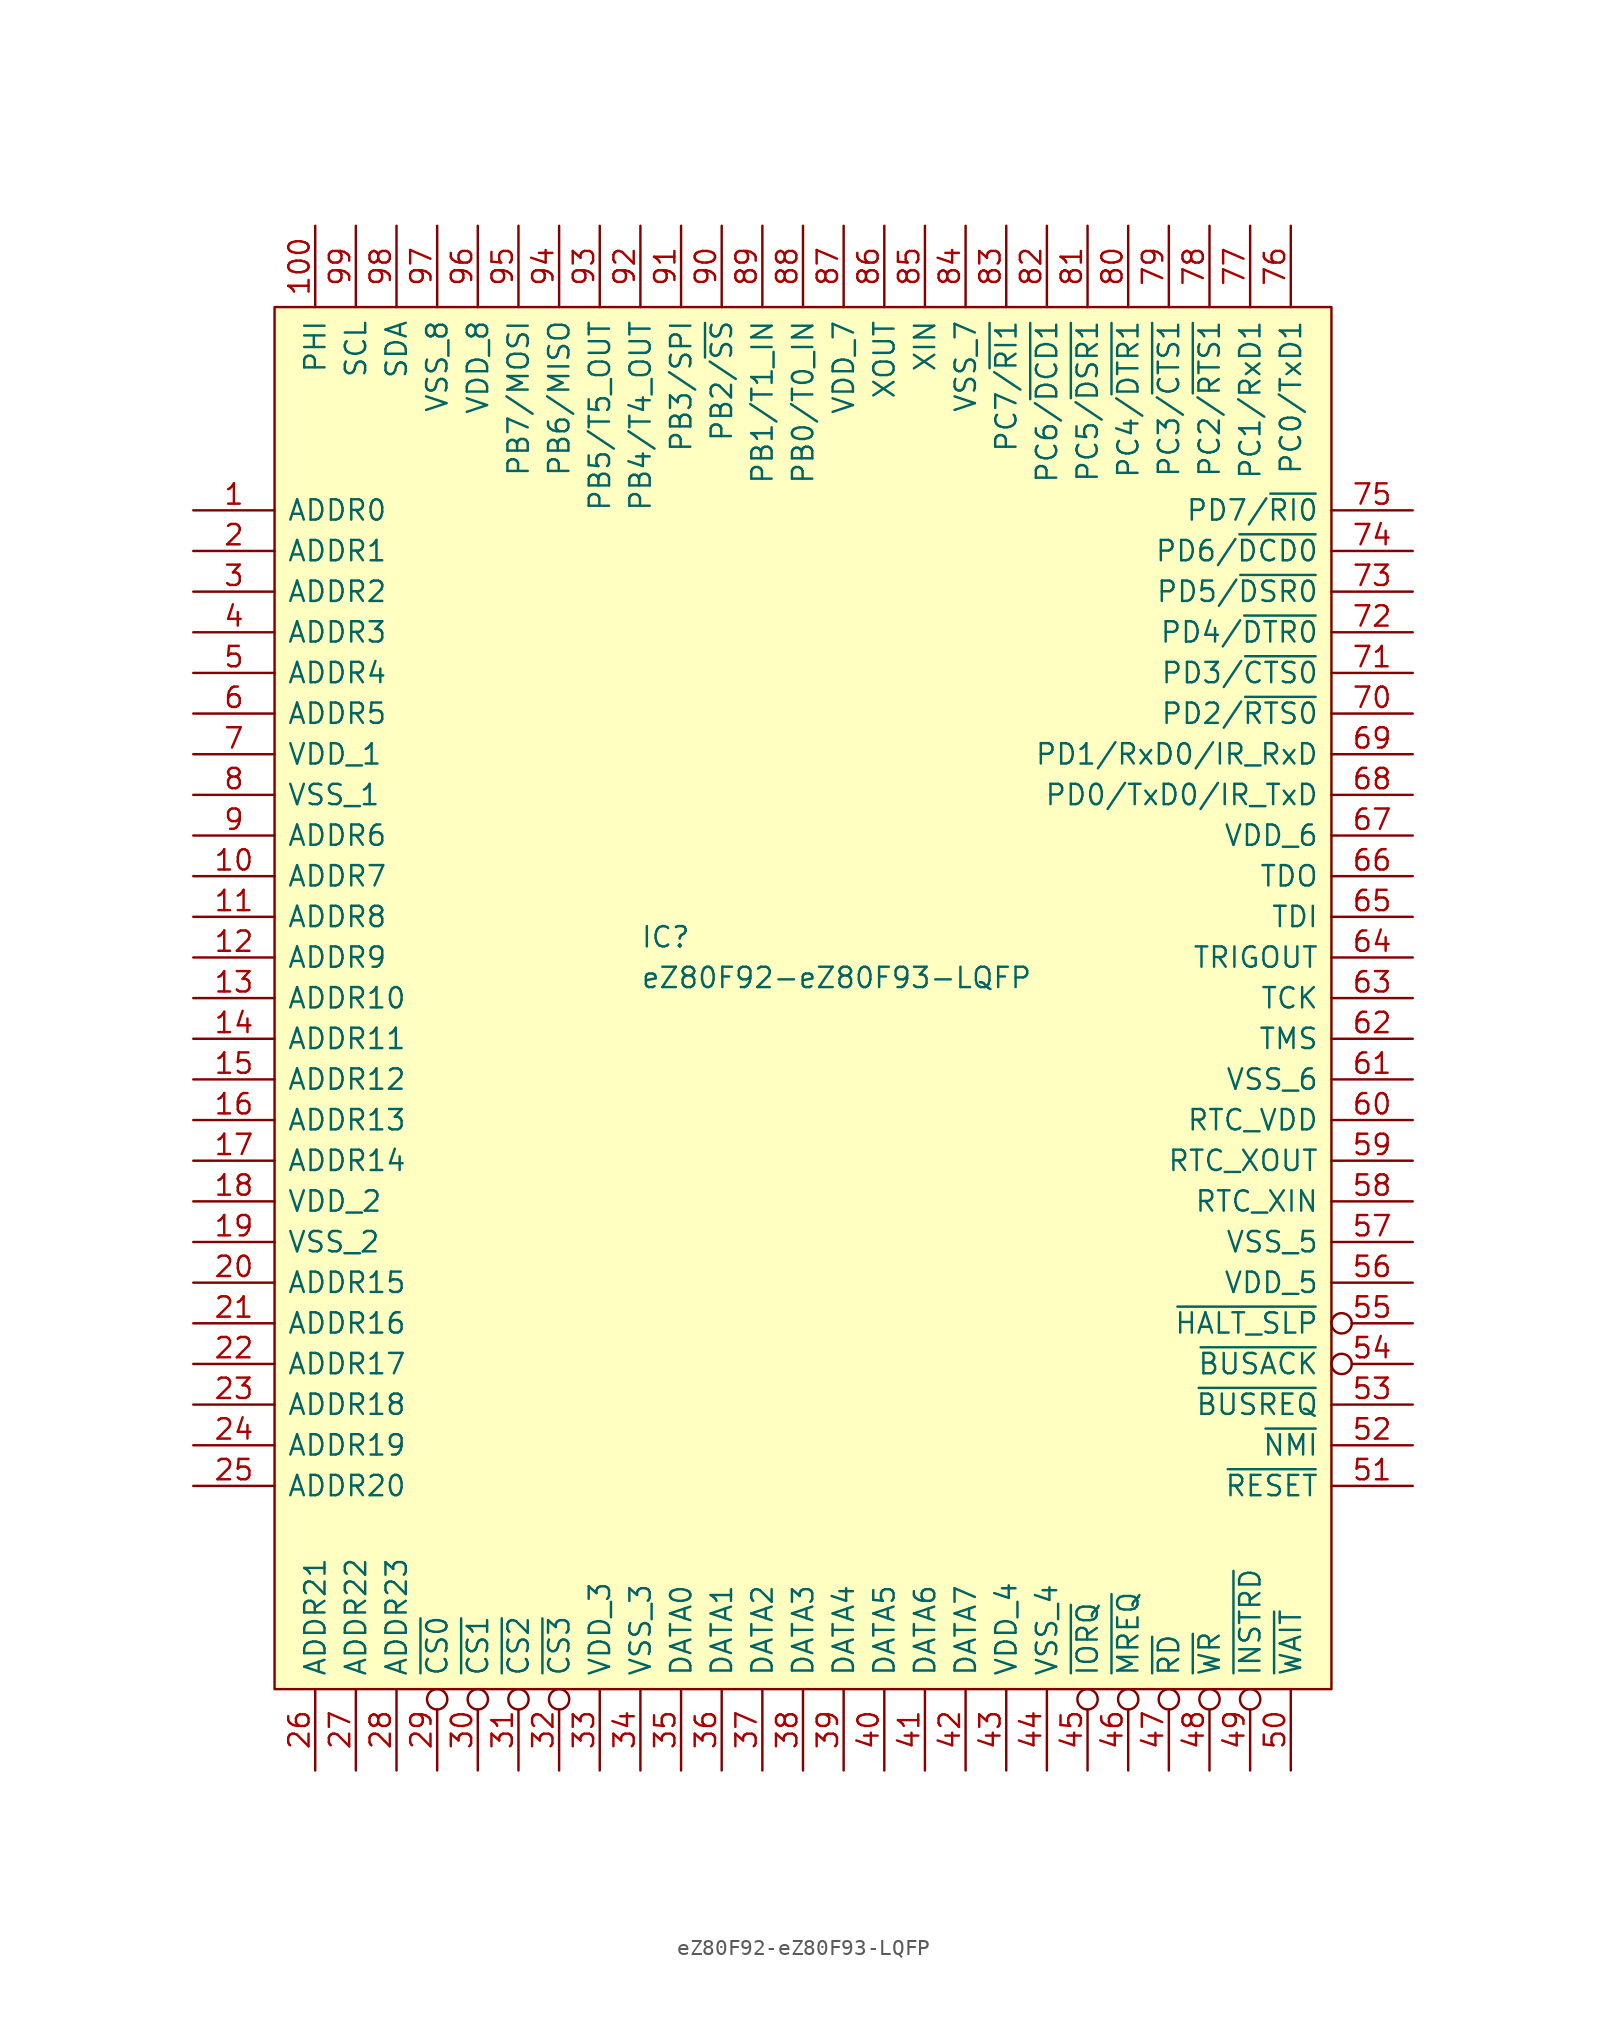
<source format=kicad_sym>
(kicad_symbol_lib
  (version 20211014)
  (generator kicad_symbol_editor)
  (symbol "eZ80F92-eZ80F93-LQFP"
    (pin_names
      (offset 0.762))
    (property "Reference" "IC"
      (at 22.86 -39.37 0)
      (effects (font (size 1.27 1.27)) (justify left)))
    (property "Value" "eZ80F92-eZ80F93-LQFP"
      (at 22.86 -41.91 0)
      (effects (font (size 1.27 1.27)) (justify left)))
    (symbol "eZ80F92-eZ80F93-LQFP_0_0"
      (pin bidirectional line (at -5.08 -12.7 0) (length 5.08) (name "ADDR0" (effects (font (size 1.27 1.27)))) (number "1" (effects (font (size 1.27 1.27)))))
      (pin bidirectional line (at -5.08 -35.56 0) (length 5.08) (name "ADDR7" (effects (font (size 1.27 1.27)))) (number "10" (effects (font (size 1.27 1.27)))))
      (pin output line (at 2.54 5.08 270) (length 5.08) (name "PHI" (effects (font (size 1.27 1.27)))) (number "100" (effects (font (size 1.27 1.27)))))
      (pin bidirectional line (at -5.08 -38.1 0) (length 5.08) (name "ADDR8" (effects (font (size 1.27 1.27)))) (number "11" (effects (font (size 1.27 1.27)))))
      (pin bidirectional line (at -5.08 -40.64 0) (length 5.08) (name "ADDR9" (effects (font (size 1.27 1.27)))) (number "12" (effects (font (size 1.27 1.27)))))
      (pin bidirectional line (at -5.08 -43.18 0) (length 5.08) (name "ADDR10" (effects (font (size 1.27 1.27)))) (number "13" (effects (font (size 1.27 1.27)))))
      (pin bidirectional line (at -5.08 -45.72 0) (length 5.08) (name "ADDR11" (effects (font (size 1.27 1.27)))) (number "14" (effects (font (size 1.27 1.27)))))
      (pin bidirectional line (at -5.08 -48.26 0) (length 5.08) (name "ADDR12" (effects (font (size 1.27 1.27)))) (number "15" (effects (font (size 1.27 1.27)))))
      (pin bidirectional line (at -5.08 -50.8 0) (length 5.08) (name "ADDR13" (effects (font (size 1.27 1.27)))) (number "16" (effects (font (size 1.27 1.27)))))
      (pin bidirectional line (at -5.08 -53.34 0) (length 5.08) (name "ADDR14" (effects (font (size 1.27 1.27)))) (number "17" (effects (font (size 1.27 1.27)))))
      (pin power_in line (at -5.08 -55.88 0) (length 5.08) (name "VDD_2" (effects (font (size 1.27 1.27)))) (number "18" (effects (font (size 1.27 1.27)))))
      (pin power_in line (at -5.08 -58.42 0) (length 5.08) (name "VSS_2" (effects (font (size 1.27 1.27)))) (number "19" (effects (font (size 1.27 1.27)))))
      (pin bidirectional line (at -5.08 -15.24 0) (length 5.08) (name "ADDR1" (effects (font (size 1.27 1.27)))) (number "2" (effects (font (size 1.27 1.27)))))
      (pin bidirectional line (at -5.08 -60.96 0) (length 5.08) (name "ADDR15" (effects (font (size 1.27 1.27)))) (number "20" (effects (font (size 1.27 1.27)))))
      (pin bidirectional line (at -5.08 -63.5 0) (length 5.08) (name "ADDR16" (effects (font (size 1.27 1.27)))) (number "21" (effects (font (size 1.27 1.27)))))
      (pin bidirectional line (at -5.08 -66.04 0) (length 5.08) (name "ADDR17" (effects (font (size 1.27 1.27)))) (number "22" (effects (font (size 1.27 1.27)))))
      (pin bidirectional line (at -5.08 -68.58 0) (length 5.08) (name "ADDR18" (effects (font (size 1.27 1.27)))) (number "23" (effects (font (size 1.27 1.27)))))
      (pin bidirectional line (at -5.08 -71.12 0) (length 5.08) (name "ADDR19" (effects (font (size 1.27 1.27)))) (number "24" (effects (font (size 1.27 1.27)))))
      (pin bidirectional line (at -5.08 -73.66 0) (length 5.08) (name "ADDR20" (effects (font (size 1.27 1.27)))) (number "25" (effects (font (size 1.27 1.27)))))
      (pin bidirectional line (at 2.54 -91.44 90) (length 5.08) (name "ADDR21" (effects (font (size 1.27 1.27)))) (number "26" (effects (font (size 1.27 1.27)))))
      (pin bidirectional line (at 5.08 -91.44 90) (length 5.08) (name "ADDR22" (effects (font (size 1.27 1.27)))) (number "27" (effects (font (size 1.27 1.27)))))
      (pin bidirectional line (at 7.62 -91.44 90) (length 5.08) (name "ADDR23" (effects (font (size 1.27 1.27)))) (number "28" (effects (font (size 1.27 1.27)))))
      (pin bidirectional inverted (at 10.16 -91.44 90) (length 5.08) (name "~{CS0}" (effects (font (size 1.27 1.27)))) (number "29" (effects (font (size 1.27 1.27)))))
      (pin bidirectional line (at -5.08 -17.78 0) (length 5.08) (name "ADDR2" (effects (font (size 1.27 1.27)))) (number "3" (effects (font (size 1.27 1.27)))))
      (pin output inverted (at 12.7 -91.44 90) (length 5.08) (name "~{CS1}" (effects (font (size 1.27 1.27)))) (number "30" (effects (font (size 1.27 1.27)))))
      (pin output inverted (at 15.24 -91.44 90) (length 5.08) (name "~{CS2}" (effects (font (size 1.27 1.27)))) (number "31" (effects (font (size 1.27 1.27)))))
      (pin output inverted (at 17.78 -91.44 90) (length 5.08) (name "~{CS3}" (effects (font (size 1.27 1.27)))) (number "32" (effects (font (size 1.27 1.27)))))
      (pin bidirectional line (at 20.32 -91.44 90) (length 5.08) (name "VDD_3" (effects (font (size 1.27 1.27)))) (number "33" (effects (font (size 1.27 1.27)))))
      (pin bidirectional line (at 22.86 -91.44 90) (length 5.08) (name "VSS_3" (effects (font (size 1.27 1.27)))) (number "34" (effects (font (size 1.27 1.27)))))
      (pin bidirectional line (at 25.4 -91.44 90) (length 5.08) (name "DATA0" (effects (font (size 1.27 1.27)))) (number "35" (effects (font (size 1.27 1.27)))))
      (pin bidirectional line (at 27.94 -91.44 90) (length 5.08) (name "DATA1" (effects (font (size 1.27 1.27)))) (number "36" (effects (font (size 1.27 1.27)))))
      (pin bidirectional line (at 30.48 -91.44 90) (length 5.08) (name "DATA2" (effects (font (size 1.27 1.27)))) (number "37" (effects (font (size 1.27 1.27)))))
      (pin bidirectional line (at 33.02 -91.44 90) (length 5.08) (name "DATA3" (effects (font (size 1.27 1.27)))) (number "38" (effects (font (size 1.27 1.27)))))
      (pin bidirectional line (at 35.56 -91.44 90) (length 5.08) (name "DATA4" (effects (font (size 1.27 1.27)))) (number "39" (effects (font (size 1.27 1.27)))))
      (pin bidirectional line (at -5.08 -20.32 0) (length 5.08) (name "ADDR3" (effects (font (size 1.27 1.27)))) (number "4" (effects (font (size 1.27 1.27)))))
      (pin bidirectional line (at 38.1 -91.44 90) (length 5.08) (name "DATA5" (effects (font (size 1.27 1.27)))) (number "40" (effects (font (size 1.27 1.27)))))
      (pin bidirectional line (at 40.64 -91.44 90) (length 5.08) (name "DATA6" (effects (font (size 1.27 1.27)))) (number "41" (effects (font (size 1.27 1.27)))))
      (pin bidirectional line (at 43.18 -91.44 90) (length 5.08) (name "DATA7" (effects (font (size 1.27 1.27)))) (number "42" (effects (font (size 1.27 1.27)))))
      (pin power_in line (at 45.72 -91.44 90) (length 5.08) (name "VDD_4" (effects (font (size 1.27 1.27)))) (number "43" (effects (font (size 1.27 1.27)))))
      (pin power_in line (at 48.26 -91.44 90) (length 5.08) (name "VSS_4" (effects (font (size 1.27 1.27)))) (number "44" (effects (font (size 1.27 1.27)))))
      (pin bidirectional inverted (at 50.8 -91.44 90) (length 5.08) (name "~{IORQ}" (effects (font (size 1.27 1.27)))) (number "45" (effects (font (size 1.27 1.27)))))
      (pin bidirectional inverted (at 53.34 -91.44 90) (length 5.08) (name "~{MREQ}" (effects (font (size 1.27 1.27)))) (number "46" (effects (font (size 1.27 1.27)))))
      (pin output inverted (at 55.88 -91.44 90) (length 5.08) (name "~{RD}" (effects (font (size 1.27 1.27)))) (number "47" (effects (font (size 1.27 1.27)))))
      (pin output inverted (at 58.42 -91.44 90) (length 5.08) (name "~{WR}" (effects (font (size 1.27 1.27)))) (number "48" (effects (font (size 1.27 1.27)))))
      (pin output inverted (at 60.96 -91.44 90) (length 5.08) (name "~{INSTRD}" (effects (font (size 1.27 1.27)))) (number "49" (effects (font (size 1.27 1.27)))))
      (pin bidirectional line (at -5.08 -22.86 0) (length 5.08) (name "ADDR4" (effects (font (size 1.27 1.27)))) (number "5" (effects (font (size 1.27 1.27)))))
      (pin output line (at 63.5 -91.44 90) (length 5.08) (name "~{WAIT}" (effects (font (size 1.27 1.27)))) (number "50" (effects (font (size 1.27 1.27)))))
      (pin input line (at 71.12 -73.66 180) (length 5.08) (name "~{RESET}" (effects (font (size 1.27 1.27)))) (number "51" (effects (font (size 1.27 1.27)))))
      (pin input line (at 71.12 -71.12 180) (length 5.08) (name "~{NMI}" (effects (font (size 1.27 1.27)))) (number "52" (effects (font (size 1.27 1.27)))))
      (pin input line (at 71.12 -68.58 180) (length 5.08) (name "~{BUSREQ}" (effects (font (size 1.27 1.27)))) (number "53" (effects (font (size 1.27 1.27)))))
      (pin output inverted (at 71.12 -66.04 180) (length 5.08) (name "~{BUSACK}" (effects (font (size 1.27 1.27)))) (number "54" (effects (font (size 1.27 1.27)))))
      (pin output inverted (at 71.12 -63.5 180) (length 5.08) (name "~{HALT_SLP}" (effects (font (size 1.27 1.27)))) (number "55" (effects (font (size 1.27 1.27)))))
      (pin power_in line (at 71.12 -60.96 180) (length 5.08) (name "VDD_5" (effects (font (size 1.27 1.27)))) (number "56" (effects (font (size 1.27 1.27)))))
      (pin power_in line (at 71.12 -58.42 180) (length 5.08) (name "VSS_5" (effects (font (size 1.27 1.27)))) (number "57" (effects (font (size 1.27 1.27)))))
      (pin input line (at 71.12 -55.88 180) (length 5.08) (name "RTC_XIN" (effects (font (size 1.27 1.27)))) (number "58" (effects (font (size 1.27 1.27)))))
      (pin bidirectional line (at 71.12 -53.34 180) (length 5.08) (name "RTC_XOUT" (effects (font (size 1.27 1.27)))) (number "59" (effects (font (size 1.27 1.27)))))
      (pin bidirectional line (at -5.08 -25.4 0) (length 5.08) (name "ADDR5" (effects (font (size 1.27 1.27)))) (number "6" (effects (font (size 1.27 1.27)))))
      (pin power_in line (at 71.12 -50.8 180) (length 5.08) (name "RTC_VDD" (effects (font (size 1.27 1.27)))) (number "60" (effects (font (size 1.27 1.27)))))
      (pin power_in line (at 71.12 -48.26 180) (length 5.08) (name "VSS_6" (effects (font (size 1.27 1.27)))) (number "61" (effects (font (size 1.27 1.27)))))
      (pin input line (at 71.12 -45.72 180) (length 5.08) (name "TMS" (effects (font (size 1.27 1.27)))) (number "62" (effects (font (size 1.27 1.27)))))
      (pin input line (at 71.12 -43.18 180) (length 5.08) (name "TCK" (effects (font (size 1.27 1.27)))) (number "63" (effects (font (size 1.27 1.27)))))
      (pin output line (at 71.12 -40.64 180) (length 5.08) (name "TRIGOUT" (effects (font (size 1.27 1.27)))) (number "64" (effects (font (size 1.27 1.27)))))
      (pin bidirectional line (at 71.12 -38.1 180) (length 5.08) (name "TDI" (effects (font (size 1.27 1.27)))) (number "65" (effects (font (size 1.27 1.27)))))
      (pin output line (at 71.12 -35.56 180) (length 5.08) (name "TDO" (effects (font (size 1.27 1.27)))) (number "66" (effects (font (size 1.27 1.27)))))
      (pin power_in line (at 71.12 -33.02 180) (length 5.08) (name "VDD_6" (effects (font (size 1.27 1.27)))) (number "67" (effects (font (size 1.27 1.27)))))
      (pin bidirectional line (at 71.12 -30.48 180) (length 5.08) (name "PD0/TxD0/IR_TxD" (effects (font (size 1.27 1.27)))) (number "68" (effects (font (size 1.27 1.27)))))
      (pin bidirectional line (at 71.12 -27.94 180) (length 5.08) (name "PD1/RxD0/IR_RxD" (effects (font (size 1.27 1.27)))) (number "69" (effects (font (size 1.27 1.27)))))
      (pin power_in line (at -5.08 -27.94 0) (length 5.08) (name "VDD_1" (effects (font (size 1.27 1.27)))) (number "7" (effects (font (size 1.27 1.27)))))
      (pin bidirectional line (at 71.12 -25.4 180) (length 5.08) (name "PD2/~{RTS0}" (effects (font (size 1.27 1.27)))) (number "70" (effects (font (size 1.27 1.27)))))
      (pin bidirectional line (at 71.12 -22.86 180) (length 5.08) (name "PD3/~{CTS0}" (effects (font (size 1.27 1.27)))) (number "71" (effects (font (size 1.27 1.27)))))
      (pin bidirectional line (at 71.12 -20.32 180) (length 5.08) (name "PD4/~{DTR0}" (effects (font (size 1.27 1.27)))) (number "72" (effects (font (size 1.27 1.27)))))
      (pin bidirectional line (at 71.12 -17.78 180) (length 5.08) (name "PD5/~{DSR0}" (effects (font (size 1.27 1.27)))) (number "73" (effects (font (size 1.27 1.27)))))
      (pin bidirectional line (at 71.12 -15.24 180) (length 5.08) (name "PD6/~{DCD0}" (effects (font (size 1.27 1.27)))) (number "74" (effects (font (size 1.27 1.27)))))
      (pin bidirectional line (at 71.12 -12.7 180) (length 5.08) (name "PD7/~{RI0}" (effects (font (size 1.27 1.27)))) (number "75" (effects (font (size 1.27 1.27)))))
      (pin bidirectional line (at 63.5 5.08 270) (length 5.08) (name "PC0/TxD1" (effects (font (size 1.27 1.27)))) (number "76" (effects (font (size 1.27 1.27)))))
      (pin bidirectional line (at 60.96 5.08 270) (length 5.08) (name "PC1/RxD1" (effects (font (size 1.27 1.27)))) (number "77" (effects (font (size 1.27 1.27)))))
      (pin bidirectional line (at 58.42 5.08 270) (length 5.08) (name "PC2/~{RTS1}" (effects (font (size 1.27 1.27)))) (number "78" (effects (font (size 1.27 1.27)))))
      (pin bidirectional line (at 55.88 5.08 270) (length 5.08) (name "PC3/~{CTS1}" (effects (font (size 1.27 1.27)))) (number "79" (effects (font (size 1.27 1.27)))))
      (pin power_in line (at -5.08 -30.48 0) (length 5.08) (name "VSS_1" (effects (font (size 1.27 1.27)))) (number "8" (effects (font (size 1.27 1.27)))))
      (pin bidirectional line (at 53.34 5.08 270) (length 5.08) (name "PC4/~{DTR1}" (effects (font (size 1.27 1.27)))) (number "80" (effects (font (size 1.27 1.27)))))
      (pin bidirectional line (at 50.8 5.08 270) (length 5.08) (name "PC5/~{DSR1}" (effects (font (size 1.27 1.27)))) (number "81" (effects (font (size 1.27 1.27)))))
      (pin bidirectional line (at 48.26 5.08 270) (length 5.08) (name "PC6/~{DCD1}" (effects (font (size 1.27 1.27)))) (number "82" (effects (font (size 1.27 1.27)))))
      (pin bidirectional line (at 45.72 5.08 270) (length 5.08) (name "PC7/~{RI1}" (effects (font (size 1.27 1.27)))) (number "83" (effects (font (size 1.27 1.27)))))
      (pin power_in line (at 43.18 5.08 270) (length 5.08) (name "VSS_7" (effects (font (size 1.27 1.27)))) (number "84" (effects (font (size 1.27 1.27)))))
      (pin input line (at 40.64 5.08 270) (length 5.08) (name "XIN" (effects (font (size 1.27 1.27)))) (number "85" (effects (font (size 1.27 1.27)))))
      (pin output line (at 38.1 5.08 270) (length 5.08) (name "XOUT" (effects (font (size 1.27 1.27)))) (number "86" (effects (font (size 1.27 1.27)))))
      (pin power_in line (at 35.56 5.08 270) (length 5.08) (name "VDD_7" (effects (font (size 1.27 1.27)))) (number "87" (effects (font (size 1.27 1.27)))))
      (pin bidirectional line (at 33.02 5.08 270) (length 5.08) (name "PB0/T0_IN" (effects (font (size 1.27 1.27)))) (number "88" (effects (font (size 1.27 1.27)))))
      (pin bidirectional line (at 30.48 5.08 270) (length 5.08) (name "PB1/T1_IN" (effects (font (size 1.27 1.27)))) (number "89" (effects (font (size 1.27 1.27)))))
      (pin bidirectional line (at -5.08 -33.02 0) (length 5.08) (name "ADDR6" (effects (font (size 1.27 1.27)))) (number "9" (effects (font (size 1.27 1.27)))))
      (pin bidirectional line (at 27.94 5.08 270) (length 5.08) (name "PB2/~{SS}" (effects (font (size 1.27 1.27)))) (number "90" (effects (font (size 1.27 1.27)))))
      (pin bidirectional line (at 25.4 5.08 270) (length 5.08) (name "PB3/SPI" (effects (font (size 1.27 1.27)))) (number "91" (effects (font (size 1.27 1.27)))))
      (pin bidirectional line (at 22.86 5.08 270) (length 5.08) (name "PB4/T4_OUT" (effects (font (size 1.27 1.27)))) (number "92" (effects (font (size 1.27 1.27)))))
      (pin bidirectional line (at 20.32 5.08 270) (length 5.08) (name "PB5/T5_OUT" (effects (font (size 1.27 1.27)))) (number "93" (effects (font (size 1.27 1.27)))))
      (pin bidirectional line (at 17.78 5.08 270) (length 5.08) (name "PB6/MISO" (effects (font (size 1.27 1.27)))) (number "94" (effects (font (size 1.27 1.27)))))
      (pin bidirectional line (at 15.24 5.08 270) (length 5.08) (name "PB7/MOSI" (effects (font (size 1.27 1.27)))) (number "95" (effects (font (size 1.27 1.27)))))
      (pin power_in line (at 12.7 5.08 270) (length 5.08) (name "VDD_8" (effects (font (size 1.27 1.27)))) (number "96" (effects (font (size 1.27 1.27)))))
      (pin power_in line (at 10.16 5.08 270) (length 5.08) (name "VSS_8" (effects (font (size 1.27 1.27)))) (number "97" (effects (font (size 1.27 1.27)))))
      (pin bidirectional line (at 7.62 5.08 270) (length 5.08) (name "SDA" (effects (font (size 1.27 1.27)))) (number "98" (effects (font (size 1.27 1.27)))))
      (pin bidirectional line (at 5.08 5.08 270) (length 5.08) (name "SCL" (effects (font (size 1.27 1.27)))) (number "99" (effects (font (size 1.27 1.27))))))
    (symbol "eZ80F92-eZ80F93-LQFP_0_1"
      (polyline (pts (xy 0 0) (xy 66.04 0) (xy 66.04 -86.36) (xy 0 -86.36) (xy 0 0)) (stroke (width 0.152) (type solid)) (fill (type background))))))
</source>
